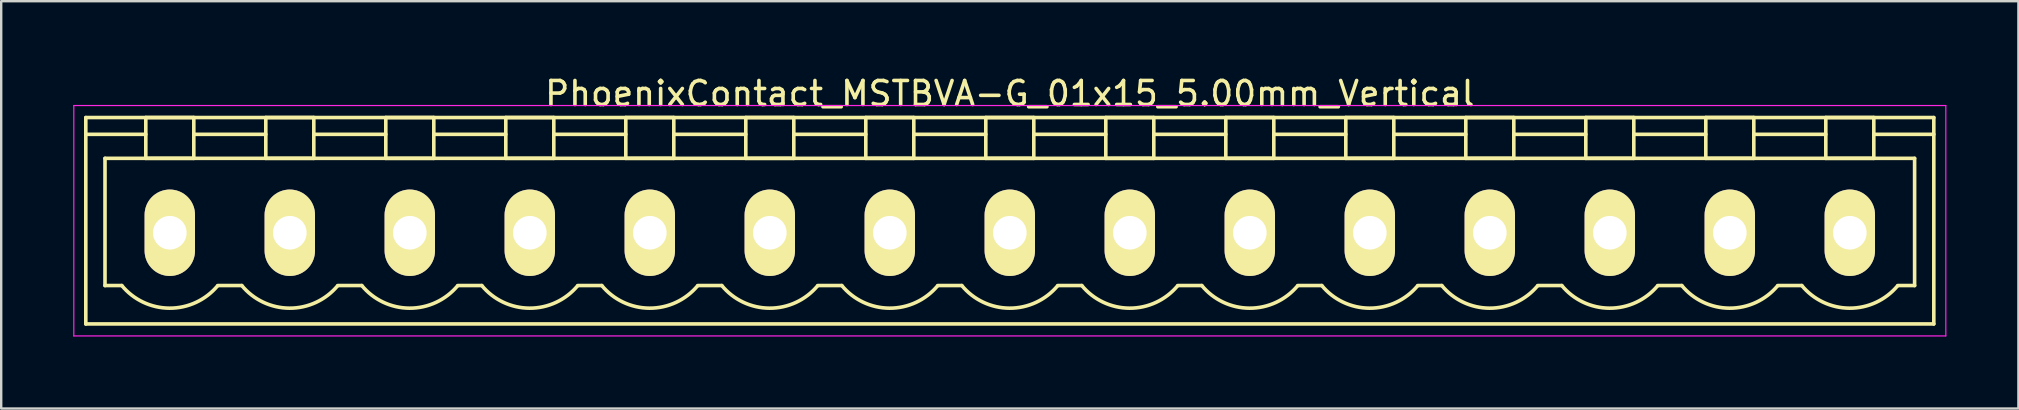
<source format=kicad_pcb>
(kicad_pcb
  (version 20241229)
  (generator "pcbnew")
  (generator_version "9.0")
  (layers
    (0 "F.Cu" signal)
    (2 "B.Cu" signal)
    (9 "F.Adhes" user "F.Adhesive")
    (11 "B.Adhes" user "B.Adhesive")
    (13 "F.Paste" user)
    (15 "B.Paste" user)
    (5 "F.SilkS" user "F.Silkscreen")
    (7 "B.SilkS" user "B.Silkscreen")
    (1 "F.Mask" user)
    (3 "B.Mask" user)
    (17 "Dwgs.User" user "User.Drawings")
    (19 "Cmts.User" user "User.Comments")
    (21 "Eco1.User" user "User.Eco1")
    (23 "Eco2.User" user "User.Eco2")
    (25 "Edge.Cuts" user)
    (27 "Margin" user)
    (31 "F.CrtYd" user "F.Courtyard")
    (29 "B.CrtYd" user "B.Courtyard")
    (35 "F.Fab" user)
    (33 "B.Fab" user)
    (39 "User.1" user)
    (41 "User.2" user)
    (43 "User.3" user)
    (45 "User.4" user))
  (footprint "PhoenixContact_MSTBVA-G_01x15_5.00mm_Vertical"
    (layer "F.Cu")
    (at 4.025 6.648)
    (property "Reference" "PhoenixContact_MSTBVA-G_01x15_5.00mm_Vertical" (at 35 -5.8 0) (layer "F.SilkS") (effects (font (size 1 1) (thickness 0.15))))
    (attr through_hole)
    (fp_line (start -3.5 -4.8) (end -3.5 3.8) (stroke (width 0.15) (type solid)) (layer "F.SilkS"))
    (fp_line (start -3.5 -4.1) (end -1 -4.1) (stroke (width 0.15) (type solid)) (layer "F.SilkS"))
    (fp_line (start -3.5 3.8) (end 73.5 3.8) (stroke (width 0.15) (type solid)) (layer "F.SilkS"))
    (fp_line (start -2.7 -3.1) (end 72.7 -3.1) (stroke (width 0.15) (type solid)) (layer "F.SilkS"))
    (fp_line (start -2.7 2.2) (end -2.7 -3.1) (stroke (width 0.15) (type solid)) (layer "F.SilkS"))
    (fp_line (start -2 2.2) (end -2.7 2.2) (stroke (width 0.15) (type solid)) (layer "F.SilkS"))
    (fp_line (start -1 -4.8) (end 1 -4.8) (stroke (width 0.15) (type solid)) (layer "F.SilkS"))
    (fp_line (start -1 -3.1) (end -1 -4.8) (stroke (width 0.15) (type solid)) (layer "F.SilkS"))
    (fp_line (start 1 -4.8) (end 1 -3.1) (stroke (width 0.15) (type solid)) (layer "F.SilkS"))
    (fp_line (start 1 -4.1) (end 4 -4.1) (stroke (width 0.15) (type solid)) (layer "F.SilkS"))
    (fp_line (start 1 -3.1) (end -1 -3.1) (stroke (width 0.15) (type solid)) (layer "F.SilkS"))
    (fp_line (start 2 2.2) (end 3 2.2) (stroke (width 0.15) (type solid)) (layer "F.SilkS"))
    (fp_line (start 4 -4.8) (end 6 -4.8) (stroke (width 0.15) (type solid)) (layer "F.SilkS"))
    (fp_line (start 4 -3.1) (end 4 -4.8) (stroke (width 0.15) (type solid)) (layer "F.SilkS"))
    (fp_line (start 6 -4.8) (end 6 -3.1) (stroke (width 0.15) (type solid)) (layer "F.SilkS"))
    (fp_line (start 6 -4.1) (end 9 -4.1) (stroke (width 0.15) (type solid)) (layer "F.SilkS"))
    (fp_line (start 6 -3.1) (end 4 -3.1) (stroke (width 0.15) (type solid)) (layer "F.SilkS"))
    (fp_line (start 7 2.2) (end 8 2.2) (stroke (width 0.15) (type solid)) (layer "F.SilkS"))
    (fp_line (start 9 -4.8) (end 11 -4.8) (stroke (width 0.15) (type solid)) (layer "F.SilkS"))
    (fp_line (start 9 -3.1) (end 9 -4.8) (stroke (width 0.15) (type solid)) (layer "F.SilkS"))
    (fp_line (start 11 -4.8) (end 11 -3.1) (stroke (width 0.15) (type solid)) (layer "F.SilkS"))
    (fp_line (start 11 -4.1) (end 14 -4.1) (stroke (width 0.15) (type solid)) (layer "F.SilkS"))
    (fp_line (start 11 -3.1) (end 9 -3.1) (stroke (width 0.15) (type solid)) (layer "F.SilkS"))
    (fp_line (start 12 2.2) (end 13 2.2) (stroke (width 0.15) (type solid)) (layer "F.SilkS"))
    (fp_line (start 14 -4.8) (end 16 -4.8) (stroke (width 0.15) (type solid)) (layer "F.SilkS"))
    (fp_line (start 14 -3.1) (end 14 -4.8) (stroke (width 0.15) (type solid)) (layer "F.SilkS"))
    (fp_line (start 16 -4.8) (end 16 -3.1) (stroke (width 0.15) (type solid)) (layer "F.SilkS"))
    (fp_line (start 16 -4.1) (end 19 -4.1) (stroke (width 0.15) (type solid)) (layer "F.SilkS"))
    (fp_line (start 16 -3.1) (end 14 -3.1) (stroke (width 0.15) (type solid)) (layer "F.SilkS"))
    (fp_line (start 17 2.2) (end 18 2.2) (stroke (width 0.15) (type solid)) (layer "F.SilkS"))
    (fp_line (start 19 -4.8) (end 21 -4.8) (stroke (width 0.15) (type solid)) (layer "F.SilkS"))
    (fp_line (start 19 -3.1) (end 19 -4.8) (stroke (width 0.15) (type solid)) (layer "F.SilkS"))
    (fp_line (start 21 -4.8) (end 21 -3.1) (stroke (width 0.15) (type solid)) (layer "F.SilkS"))
    (fp_line (start 21 -4.1) (end 24 -4.1) (stroke (width 0.15) (type solid)) (layer "F.SilkS"))
    (fp_line (start 21 -3.1) (end 19 -3.1) (stroke (width 0.15) (type solid)) (layer "F.SilkS"))
    (fp_line (start 22 2.2) (end 23 2.2) (stroke (width 0.15) (type solid)) (layer "F.SilkS"))
    (fp_line (start 24 -4.8) (end 26 -4.8) (stroke (width 0.15) (type solid)) (layer "F.SilkS"))
    (fp_line (start 24 -3.1) (end 24 -4.8) (stroke (width 0.15) (type solid)) (layer "F.SilkS"))
    (fp_line (start 26 -4.8) (end 26 -3.1) (stroke (width 0.15) (type solid)) (layer "F.SilkS"))
    (fp_line (start 26 -4.1) (end 29 -4.1) (stroke (width 0.15) (type solid)) (layer "F.SilkS"))
    (fp_line (start 26 -3.1) (end 24 -3.1) (stroke (width 0.15) (type solid)) (layer "F.SilkS"))
    (fp_line (start 27 2.2) (end 28 2.2) (stroke (width 0.15) (type solid)) (layer "F.SilkS"))
    (fp_line (start 29 -4.8) (end 31 -4.8) (stroke (width 0.15) (type solid)) (layer "F.SilkS"))
    (fp_line (start 29 -3.1) (end 29 -4.8) (stroke (width 0.15) (type solid)) (layer "F.SilkS"))
    (fp_line (start 31 -4.8) (end 31 -3.1) (stroke (width 0.15) (type solid)) (layer "F.SilkS"))
    (fp_line (start 31 -4.1) (end 34 -4.1) (stroke (width 0.15) (type solid)) (layer "F.SilkS"))
    (fp_line (start 31 -3.1) (end 29 -3.1) (stroke (width 0.15) (type solid)) (layer "F.SilkS"))
    (fp_line (start 32 2.2) (end 33 2.2) (stroke (width 0.15) (type solid)) (layer "F.SilkS"))
    (fp_line (start 34 -4.8) (end 36 -4.8) (stroke (width 0.15) (type solid)) (layer "F.SilkS"))
    (fp_line (start 34 -3.1) (end 34 -4.8) (stroke (width 0.15) (type solid)) (layer "F.SilkS"))
    (fp_line (start 36 -4.8) (end 36 -3.1) (stroke (width 0.15) (type solid)) (layer "F.SilkS"))
    (fp_line (start 36 -4.1) (end 39 -4.1) (stroke (width 0.15) (type solid)) (layer "F.SilkS"))
    (fp_line (start 36 -3.1) (end 34 -3.1) (stroke (width 0.15) (type solid)) (layer "F.SilkS"))
    (fp_line (start 37 2.2) (end 38 2.2) (stroke (width 0.15) (type solid)) (layer "F.SilkS"))
    (fp_line (start 39 -4.8) (end 41 -4.8) (stroke (width 0.15) (type solid)) (layer "F.SilkS"))
    (fp_line (start 39 -3.1) (end 39 -4.8) (stroke (width 0.15) (type solid)) (layer "F.SilkS"))
    (fp_line (start 41 -4.8) (end 41 -3.1) (stroke (width 0.15) (type solid)) (layer "F.SilkS"))
    (fp_line (start 41 -4.1) (end 44 -4.1) (stroke (width 0.15) (type solid)) (layer "F.SilkS"))
    (fp_line (start 41 -3.1) (end 39 -3.1) (stroke (width 0.15) (type solid)) (layer "F.SilkS"))
    (fp_line (start 42 2.2) (end 43 2.2) (stroke (width 0.15) (type solid)) (layer "F.SilkS"))
    (fp_line (start 44 -4.8) (end 46 -4.8) (stroke (width 0.15) (type solid)) (layer "F.SilkS"))
    (fp_line (start 44 -3.1) (end 44 -4.8) (stroke (width 0.15) (type solid)) (layer "F.SilkS"))
    (fp_line (start 46 -4.8) (end 46 -3.1) (stroke (width 0.15) (type solid)) (layer "F.SilkS"))
    (fp_line (start 46 -4.1) (end 49 -4.1) (stroke (width 0.15) (type solid)) (layer "F.SilkS"))
    (fp_line (start 46 -3.1) (end 44 -3.1) (stroke (width 0.15) (type solid)) (layer "F.SilkS"))
    (fp_line (start 47 2.2) (end 48 2.2) (stroke (width 0.15) (type solid)) (layer "F.SilkS"))
    (fp_line (start 49 -4.8) (end 51 -4.8) (stroke (width 0.15) (type solid)) (layer "F.SilkS"))
    (fp_line (start 49 -3.1) (end 49 -4.8) (stroke (width 0.15) (type solid)) (layer "F.SilkS"))
    (fp_line (start 51 -4.8) (end 51 -3.1) (stroke (width 0.15) (type solid)) (layer "F.SilkS"))
    (fp_line (start 51 -4.1) (end 54 -4.1) (stroke (width 0.15) (type solid)) (layer "F.SilkS"))
    (fp_line (start 51 -3.1) (end 49 -3.1) (stroke (width 0.15) (type solid)) (layer "F.SilkS"))
    (fp_line (start 52 2.2) (end 53 2.2) (stroke (width 0.15) (type solid)) (layer "F.SilkS"))
    (fp_line (start 54 -4.8) (end 56 -4.8) (stroke (width 0.15) (type solid)) (layer "F.SilkS"))
    (fp_line (start 54 -3.1) (end 54 -4.8) (stroke (width 0.15) (type solid)) (layer "F.SilkS"))
    (fp_line (start 56 -4.8) (end 56 -3.1) (stroke (width 0.15) (type solid)) (layer "F.SilkS"))
    (fp_line (start 56 -4.1) (end 59 -4.1) (stroke (width 0.15) (type solid)) (layer "F.SilkS"))
    (fp_line (start 56 -3.1) (end 54 -3.1) (stroke (width 0.15) (type solid)) (layer "F.SilkS"))
    (fp_line (start 57 2.2) (end 58 2.2) (stroke (width 0.15) (type solid)) (layer "F.SilkS"))
    (fp_line (start 59 -4.8) (end 61 -4.8) (stroke (width 0.15) (type solid)) (layer "F.SilkS"))
    (fp_line (start 59 -3.1) (end 59 -4.8) (stroke (width 0.15) (type solid)) (layer "F.SilkS"))
    (fp_line (start 61 -4.8) (end 61 -3.1) (stroke (width 0.15) (type solid)) (layer "F.SilkS"))
    (fp_line (start 61 -4.1) (end 64 -4.1) (stroke (width 0.15) (type solid)) (layer "F.SilkS"))
    (fp_line (start 61 -3.1) (end 59 -3.1) (stroke (width 0.15) (type solid)) (layer "F.SilkS"))
    (fp_line (start 62 2.2) (end 63 2.2) (stroke (width 0.15) (type solid)) (layer "F.SilkS"))
    (fp_line (start 64 -4.8) (end 66 -4.8) (stroke (width 0.15) (type solid)) (layer "F.SilkS"))
    (fp_line (start 64 -3.1) (end 64 -4.8) (stroke (width 0.15) (type solid)) (layer "F.SilkS"))
    (fp_line (start 66 -4.8) (end 66 -3.1) (stroke (width 0.15) (type solid)) (layer "F.SilkS"))
    (fp_line (start 66 -4.1) (end 69 -4.1) (stroke (width 0.15) (type solid)) (layer "F.SilkS"))
    (fp_line (start 66 -3.1) (end 64 -3.1) (stroke (width 0.15) (type solid)) (layer "F.SilkS"))
    (fp_line (start 67 2.2) (end 68 2.2) (stroke (width 0.15) (type solid)) (layer "F.SilkS"))
    (fp_line (start 69 -4.8) (end 71 -4.8) (stroke (width 0.15) (type solid)) (layer "F.SilkS"))
    (fp_line (start 69 -3.1) (end 69 -4.8) (stroke (width 0.15) (type solid)) (layer "F.SilkS"))
    (fp_line (start 71 -4.8) (end 71 -3.1) (stroke (width 0.15) (type solid)) (layer "F.SilkS"))
    (fp_line (start 71 -3.1) (end 69 -3.1) (stroke (width 0.15) (type solid)) (layer "F.SilkS"))
    (fp_line (start 72.7 -3.1) (end 72.7 2.2) (stroke (width 0.15) (type solid)) (layer "F.SilkS"))
    (fp_line (start 72.7 2.2) (end 72 2.2) (stroke (width 0.15) (type solid)) (layer "F.SilkS"))
    (fp_line (start 73.5 -4.8) (end -3.5 -4.8) (stroke (width 0.15) (type solid)) (layer "F.SilkS"))
    (fp_line (start 73.5 -4.1) (end 71 -4.1) (stroke (width 0.15) (type solid)) (layer "F.SilkS"))
    (fp_line (start 73.5 3.8) (end 73.5 -4.8) (stroke (width 0.15) (type solid)) (layer "F.SilkS"))
    (fp_arc (start 1.986842 2.215821) (mid -0.010289 3.142758) (end -2 2.2) (stroke (width 0.15) (type solid)) (layer "F.SilkS"))
    (fp_arc (start 6.986842 2.215821) (mid 4.989711 3.142758) (end 3 2.2) (stroke (width 0.15) (type solid)) (layer "F.SilkS"))
    (fp_arc (start 11.986842 2.215821) (mid 9.989711 3.142758) (end 8 2.2) (stroke (width 0.15) (type solid)) (layer "F.SilkS"))
    (fp_arc (start 16.986842 2.215821) (mid 14.989711 3.142758) (end 13 2.2) (stroke (width 0.15) (type solid)) (layer "F.SilkS"))
    (fp_arc (start 21.986842 2.215821) (mid 19.989711 3.142758) (end 18 2.2) (stroke (width 0.15) (type solid)) (layer "F.SilkS"))
    (fp_arc (start 26.986842 2.215821) (mid 24.989711 3.142758) (end 23 2.2) (stroke (width 0.15) (type solid)) (layer "F.SilkS"))
    (fp_arc (start 31.986842 2.215821) (mid 29.989711 3.142758) (end 28 2.2) (stroke (width 0.15) (type solid)) (layer "F.SilkS"))
    (fp_arc (start 36.986842 2.215821) (mid 34.989711 3.142758) (end 33 2.2) (stroke (width 0.15) (type solid)) (layer "F.SilkS"))
    (fp_arc (start 41.986842 2.215821) (mid 39.989711 3.142758) (end 38 2.2) (stroke (width 0.15) (type solid)) (layer "F.SilkS"))
    (fp_arc (start 46.986842 2.215821) (mid 44.989711 3.142758) (end 43 2.2) (stroke (width 0.15) (type solid)) (layer "F.SilkS"))
    (fp_arc (start 51.986842 2.215821) (mid 49.989711 3.142758) (end 48 2.2) (stroke (width 0.15) (type solid)) (layer "F.SilkS"))
    (fp_arc (start 56.986842 2.215821) (mid 54.989711 3.142758) (end 53 2.2) (stroke (width 0.15) (type solid)) (layer "F.SilkS"))
    (fp_arc (start 61.986842 2.215821) (mid 59.989711 3.142758) (end 58 2.2) (stroke (width 0.15) (type solid)) (layer "F.SilkS"))
    (fp_arc (start 66.986842 2.215821) (mid 64.989711 3.142758) (end 63 2.2) (stroke (width 0.15) (type solid)) (layer "F.SilkS"))
    (fp_arc (start 71.986842 2.215821) (mid 69.989711 3.142758) (end 68 2.2) (stroke (width 0.15) (type solid)) (layer "F.SilkS"))
    (fp_line (start -4 -5.3) (end -4 4.3) (stroke (width 0.05) (type solid)) (layer "F.CrtYd"))
    (fp_line (start -4 4.3) (end 74 4.3) (stroke (width 0.05) (type solid)) (layer "F.CrtYd"))
    (fp_line (start 74 -5.3) (end -4 -5.3) (stroke (width 0.05) (type solid)) (layer "F.CrtYd"))
    (fp_line (start 74 4.3) (end 74 -5.3) (stroke (width 0.05) (type solid)) (layer "F.CrtYd"))
    (pad "1" thru_hole oval (at 0 0) (size 2.1 3.6) (drill 1.4) (layers "*.Cu" "*.Mask" "F.SilkS"))
    (pad "2" thru_hole oval (at 5 0) (size 2.1 3.6) (drill 1.4) (layers "*.Cu" "*.Mask" "F.SilkS"))
    (pad "3" thru_hole oval (at 10 0) (size 2.1 3.6) (drill 1.4) (layers "*.Cu" "*.Mask" "F.SilkS"))
    (pad "4" thru_hole oval (at 15 0) (size 2.1 3.6) (drill 1.4) (layers "*.Cu" "*.Mask" "F.SilkS"))
    (pad "5" thru_hole oval (at 20 0) (size 2.1 3.6) (drill 1.4) (layers "*.Cu" "*.Mask" "F.SilkS"))
    (pad "6" thru_hole oval (at 25 0) (size 2.1 3.6) (drill 1.4) (layers "*.Cu" "*.Mask" "F.SilkS"))
    (pad "7" thru_hole oval (at 30 0) (size 2.1 3.6) (drill 1.4) (layers "*.Cu" "*.Mask" "F.SilkS"))
    (pad "8" thru_hole oval (at 35 0) (size 2.1 3.6) (drill 1.4) (layers "*.Cu" "*.Mask" "F.SilkS"))
    (pad "9" thru_hole oval (at 40 0) (size 2.1 3.6) (drill 1.4) (layers "*.Cu" "*.Mask" "F.SilkS"))
    (pad "10" thru_hole oval (at 45 0) (size 2.1 3.6) (drill 1.4) (layers "*.Cu" "*.Mask" "F.SilkS"))
    (pad "11" thru_hole oval (at 50 0) (size 2.1 3.6) (drill 1.4) (layers "*.Cu" "*.Mask" "F.SilkS"))
    (pad "12" thru_hole oval (at 55 0) (size 2.1 3.6) (drill 1.4) (layers "*.Cu" "*.Mask" "F.SilkS"))
    (pad "13" thru_hole oval (at 60 0) (size 2.1 3.6) (drill 1.4) (layers "*.Cu" "*.Mask" "F.SilkS"))
    (pad "14" thru_hole oval (at 65 0) (size 2.1 3.6) (drill 1.4) (layers "*.Cu" "*.Mask" "F.SilkS"))
    (pad "15" thru_hole oval (at 70 0) (size 2.1 3.6) (drill 1.4) (layers "*.Cu" "*.Mask" "F.SilkS")))
  (gr_rect
    (start -3 -3)
    (end 81.05 13.973)
    (stroke (width 0.1) (type default))
    (fill no)
    (layer "Edge.Cuts")))
</source>
